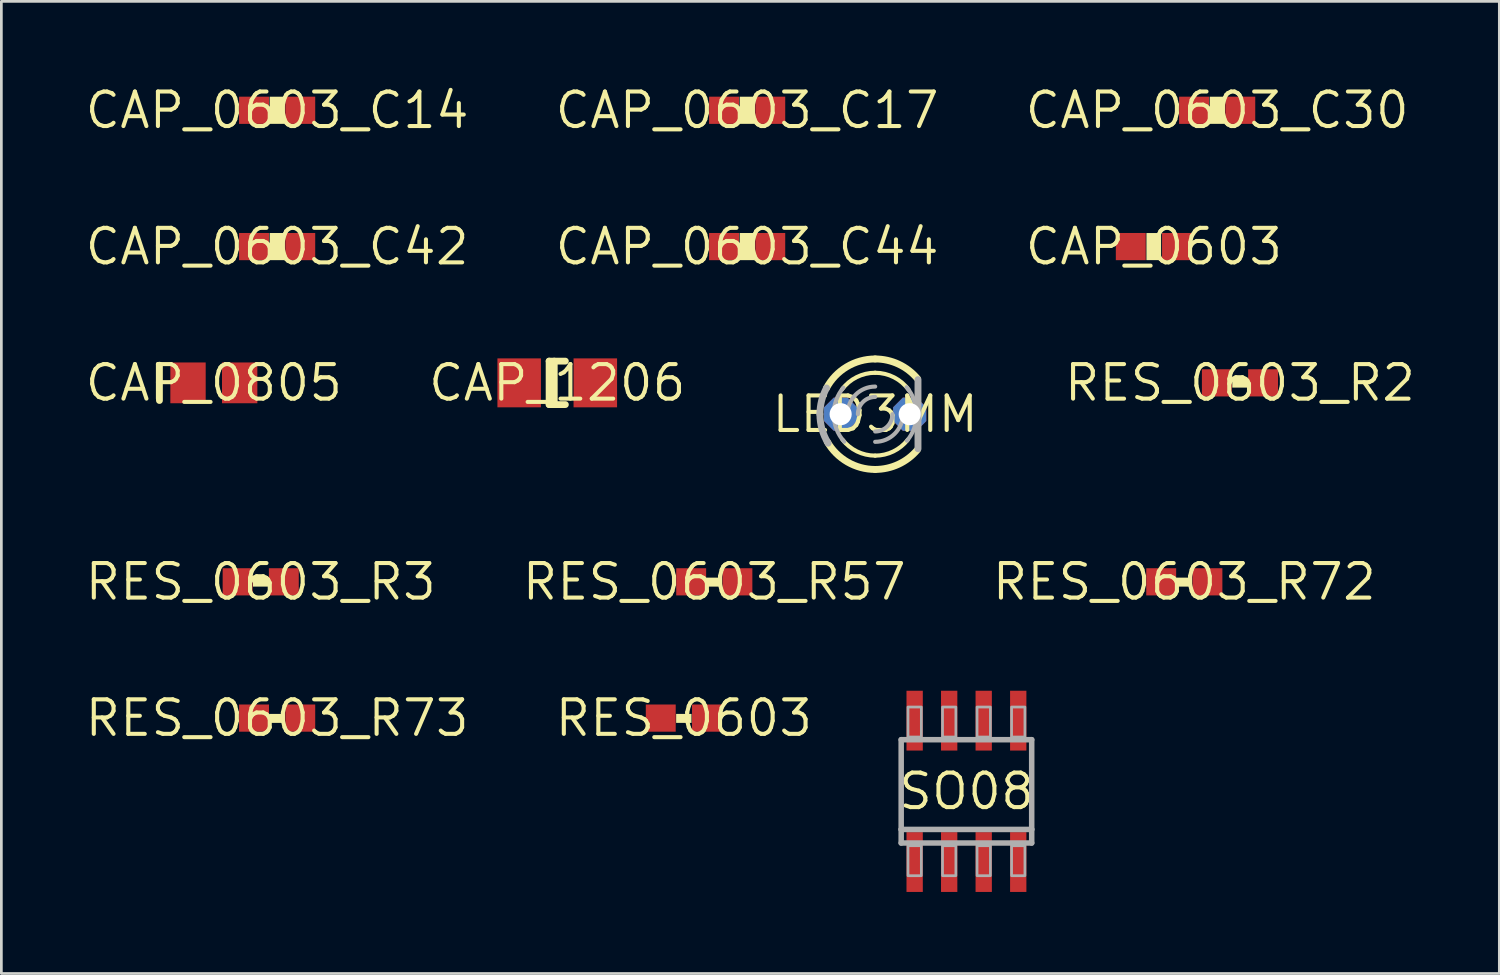
<source format=kicad_pcb>
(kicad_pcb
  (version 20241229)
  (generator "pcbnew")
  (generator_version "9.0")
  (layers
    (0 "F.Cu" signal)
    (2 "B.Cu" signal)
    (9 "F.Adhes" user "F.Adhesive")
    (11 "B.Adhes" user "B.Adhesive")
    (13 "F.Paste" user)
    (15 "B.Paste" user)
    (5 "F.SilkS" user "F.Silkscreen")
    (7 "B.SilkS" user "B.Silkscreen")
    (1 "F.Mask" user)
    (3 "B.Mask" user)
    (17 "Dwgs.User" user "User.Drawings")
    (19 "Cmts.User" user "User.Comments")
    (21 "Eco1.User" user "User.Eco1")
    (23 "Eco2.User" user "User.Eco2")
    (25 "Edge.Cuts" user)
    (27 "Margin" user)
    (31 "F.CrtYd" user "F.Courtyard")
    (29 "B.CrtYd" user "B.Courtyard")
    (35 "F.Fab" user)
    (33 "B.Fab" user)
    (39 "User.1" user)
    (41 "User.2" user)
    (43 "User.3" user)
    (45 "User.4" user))
  (footprint "RES_0603_R57"
    (layer "F.Cu")
    (at 23.221 18.349)
    (property "Reference" "RES_0603_R57" (at 0 0 0) (layer "F.SilkS") (effects (font (size 1.27 1.27) (thickness 0.15))))
    (fp_poly (pts (xy 0.281 0.176) (xy -0.284 0.176) (xy -0.284 -0.154) (xy 0.281 -0.154)) (stroke (width 0) (type default)) (fill yes) (layer "F.SilkS"))
    (pad "1" smd rect (at -0.85 0 270) (size 1 1.1) (layers "F.Cu" "F.Mask" "F.Paste"))
    (pad "2" smd rect (at 0.85 0 270) (size 1 1.1) (layers "F.Cu" "F.Mask" "F.Paste")))
  (footprint "RES_0603"
    (layer "F.Cu")
    (at 22.102 23.361)
    (property "Reference" "RES_0603" (at 0 0 0) (layer "F.SilkS") (effects (font (size 1.27 1.27) (thickness 0.15))))
    (fp_poly (pts (xy 0.281 0.176) (xy -0.284 0.176) (xy -0.284 -0.154) (xy 0.281 -0.154)) (stroke (width 0) (type default)) (fill yes) (layer "F.SilkS"))
    (pad "1" smd rect (at -0.85 0 270) (size 1 1.1) (layers "F.Cu" "F.Mask" "F.Paste"))
    (pad "2" smd rect (at 0.85 0 270) (size 1 1.1) (layers "F.Cu" "F.Mask" "F.Paste")))
  (footprint "CAP_1206"
    (layer "F.Cu")
    (at 17.445 11.031)
    (property "Reference" "CAP_1206" (at 0 0 0) (layer "F.SilkS") (effects (font (size 1.27 1.27) (thickness 0.15))))
    (fp_line (start -0.299 -0.799) (end 0.299 -0.799) (stroke (width 0.25) (type solid)) (layer "F.SilkS"))
    (fp_line (start -0.299 0.799) (end -0.299 -0.799) (stroke (width 0.25) (type solid)) (layer "F.SilkS"))
    (fp_line (start -0.299 0.799) (end 0.299 0.799) (stroke (width 0.25) (type solid)) (layer "F.SilkS"))
    (fp_line (start -0.11 0.799) (end -0.11 -0.799) (stroke (width 0.25) (type solid)) (layer "F.SilkS"))
    (pad "1" smd rect (at -1.4 0 90) (size 1.8 1.6) (layers "F.Cu" "F.Mask" "F.Paste"))
    (pad "2" smd rect (at 1.4 0 90) (size 1.8 1.6) (layers "F.Cu" "F.Mask" "F.Paste")))
  (footprint "RES_0603_R2"
    (layer "F.Cu")
    (at 42.555 11.031)
    (property "Reference" "RES_0603_R2" (at 0 0 0) (layer "F.SilkS") (effects (font (size 1.27 1.27) (thickness 0.15))))
    (fp_poly (pts (xy -0.283 -0.153) (xy 0.28 -0.153) (xy 0.28 0.175) (xy -0.283 0.175)) (stroke (width 0) (type default)) (fill yes) (layer "F.SilkS"))
    (pad "1" smd rect (at -0.85 0 90) (size 1 1.1) (layers "F.Cu" "F.Mask" "F.Paste"))
    (pad "2" smd rect (at 0.85 0 90) (size 1 1.1) (layers "F.Cu" "F.Mask" "F.Paste")))
  (footprint "RES_0603_R72"
    (layer "F.Cu")
    (at 40.508 18.349)
    (property "Reference" "RES_0603_R72" (at 0 0 0) (layer "F.SilkS") (effects (font (size 1.27 1.27) (thickness 0.15))))
    (fp_poly (pts (xy 0.281 0.176) (xy -0.284 0.176) (xy -0.284 -0.154) (xy 0.281 -0.154)) (stroke (width 0) (type default)) (fill yes) (layer "F.SilkS"))
    (pad "1" smd rect (at -0.85 0 270) (size 1 1.1) (layers "F.Cu" "F.Mask" "F.Paste"))
    (pad "2" smd rect (at 0.85 0 270) (size 1 1.1) (layers "F.Cu" "F.Mask" "F.Paste")))
  (footprint "CAP_0603_C42"
    (layer "F.Cu")
    (at 7.143 6.019)
    (property "Reference" "CAP_0603_C42" (at 0 0 0) (layer "F.SilkS") (effects (font (size 1.27 1.27) (thickness 0.15))))
    (fp_poly (pts (xy 0.266 0.499) (xy -0.275 0.499) (xy -0.275 -0.499) (xy 0.266 -0.499)) (stroke (width 0) (type default)) (fill yes) (layer "F.SilkS"))
    (pad "1" smd rect (at -0.85 0 270) (size 1 1.1) (layers "F.Cu" "F.Mask" "F.Paste"))
    (pad "2" smd rect (at 0.85 0 270) (size 1 1.1) (layers "F.Cu" "F.Mask" "F.Paste")))
  (footprint "CAP_0603_C30"
    (layer "F.Cu")
    (at 41.717 1.006)
    (property "Reference" "CAP_0603_C30" (at 0 0 0) (layer "F.SilkS") (effects (font (size 1.27 1.27) (thickness 0.15))))
    (fp_poly (pts (xy 0.266 0.499) (xy -0.275 0.499) (xy -0.275 -0.499) (xy 0.266 -0.499)) (stroke (width 0) (type default)) (fill yes) (layer "F.SilkS"))
    (pad "1" smd rect (at -0.85 0 270) (size 1 1.1) (layers "F.Cu" "F.Mask" "F.Paste"))
    (pad "2" smd rect (at 0.85 0 270) (size 1 1.1) (layers "F.Cu" "F.Mask" "F.Paste")))
  (footprint "LED3MM"
    (layer "F.Cu")
    (at 29.138 12.184)
    (property "Reference" "LED3MM" (at 0 0 0) (layer "F.SilkS") (effects (font (size 1.27 1.27) (thickness 0.15))))
    (fp_arc (start -1.793 -0.956) (mid -1.045417 -1.742149) (end 0 -2.032) (stroke (width 0.254) (type solid)) (layer "F.SilkS"))
    (fp_arc (start -1.219001 -0.914) (mid -0.681512 -1.362904) (end 0 -1.524) (stroke (width 0.152) (type solid)) (layer "F.SilkS"))
    (fp_arc (start 0 -2.032) (mid 0.861917 -1.84036) (end 1.561 -1.301) (stroke (width 0.254) (type solid)) (layer "F.SilkS"))
    (fp_arc (start 0 2.031999) (mid -1.019762 1.757317) (end -1.764 1.008) (stroke (width 0.254) (type solid)) (layer "F.SilkS"))
    (fp_arc (start 0.000001 -1.524) (mid 0.697212 -1.355066) (end 1.24 -0.886) (stroke (width 0.152) (type solid)) (layer "F.SilkS"))
    (fp_arc (start 0.000001 1.524) (mid -0.669538 1.369201) (end -1.203 0.936) (stroke (width 0.152) (type solid)) (layer "F.SilkS"))
    (fp_arc (start 1.203 0.935999) (mid 0.669538 1.3692) (end 0 1.524) (stroke (width 0.152) (type solid)) (layer "F.SilkS"))
    (fp_arc (start 1.551 1.313) (mid 0.854732 1.843417) (end 0 2.032) (stroke (width 0.254) (type solid)) (layer "F.SilkS"))
    (fp_line (start 1.575 1.27) (end 1.575 -1.27) (stroke (width 0.254) (type solid)) (layer "F.Fab"))
    (fp_arc (start -2.032 0) (mid -1.970077 -0.497018) (end -1.789 -0.964) (stroke (width 0.254) (type solid)) (layer "F.Fab"))
    (fp_arc (start -1.731 1.065) (mid -1.955202 0.55333) (end -2.032 0) (stroke (width 0.254) (type solid)) (layer "F.Fab"))
    (fp_arc (start -1.524001 0) (mid -1.43306 -0.518945) (end -1.171 -0.976) (stroke (width 0.152) (type solid)) (layer "F.Fab"))
    (fp_arc (start -1.139 1.012) (mid -1.424553 0.541401) (end -1.524 0) (stroke (width 0.152) (type solid)) (layer "F.Fab"))
    (fp_arc (start -1.016 -0.000001) (mid -0.718414 -0.718414) (end 0 -1.016) (stroke (width 0.152) (type solid)) (layer "F.Fab"))
    (fp_arc (start -0.635 -0.000001) (mid -0.448854 -0.448855) (end 0 -0.635) (stroke (width 0.152) (type solid)) (layer "F.Fab"))
    (fp_arc (start 0.635 -0.000001) (mid 0.449211 0.44921) (end 0 0.635) (stroke (width 0.152) (type solid)) (layer "F.Fab"))
    (fp_arc (start 1.016 -0.000002) (mid 0.71844 0.718438) (end 0 1.016) (stroke (width 0.152) (type solid)) (layer "F.Fab"))
    (fp_arc (start 1.157001 -0.992) (mid 1.429226 -0.528825) (end 1.524 0) (stroke (width 0.152) (type solid)) (layer "F.Fab"))
    (fp_arc (start 1.524 0) (mid 1.43297 0.518913) (end 1.171 0.976) (stroke (width 0.152) (type solid)) (layer "F.Fab"))
    (pad "A" thru_hole roundrect (at -1.27 0 3.475256426e-15) (size 1.22 1.22) (drill 0.813) (layers "*.Cu" "*.Mask") (roundrect_rratio 0.25) (chamfer_ratio 0.293) (chamfer top_left top_right bottom_left bottom_right))
    (pad "K" thru_hole roundrect (at 1.27 0 3.475256426e-15) (size 1.22 1.22) (drill 0.813) (layers "*.Cu" "*.Mask") (roundrect_rratio 0.25) (chamfer_ratio 0.293) (chamfer top_left top_right bottom_left bottom_right)))
  (footprint "CAP_0603_C17"
    (layer "F.Cu")
    (at 24.43 1.006)
    (property "Reference" "CAP_0603_C17" (at 0 0 0) (layer "F.SilkS") (effects (font (size 1.27 1.27) (thickness 0.15))))
    (fp_poly (pts (xy 0.266 0.499) (xy -0.275 0.499) (xy -0.275 -0.499) (xy 0.266 -0.499)) (stroke (width 0) (type default)) (fill yes) (layer "F.SilkS"))
    (pad "1" smd rect (at -0.85 0 270) (size 1 1.1) (layers "F.Cu" "F.Mask" "F.Paste"))
    (pad "2" smd rect (at 0.85 0 270) (size 1 1.1) (layers "F.Cu" "F.Mask" "F.Paste")))
  (footprint "CAP_0603_C44"
    (layer "F.Cu")
    (at 24.43 6.019)
    (property "Reference" "CAP_0603_C44" (at 0 0 0) (layer "F.SilkS") (effects (font (size 1.27 1.27) (thickness 0.15))))
    (fp_poly (pts (xy 0.266 0.499) (xy -0.275 0.499) (xy -0.275 -0.499) (xy 0.266 -0.499)) (stroke (width 0) (type default)) (fill yes) (layer "F.SilkS"))
    (pad "1" smd rect (at -0.85 0 270) (size 1 1.1) (layers "F.Cu" "F.Mask" "F.Paste"))
    (pad "2" smd rect (at 0.85 0 270) (size 1 1.1) (layers "F.Cu" "F.Mask" "F.Paste")))
  (footprint "CAP_0603"
    (layer "F.Cu")
    (at 39.389 6.019)
    (property "Reference" "CAP_0603" (at 0 0 0) (layer "F.SilkS") (effects (font (size 1.27 1.27) (thickness 0.15))))
    (fp_poly (pts (xy -0.274 -0.498) (xy 0.265 -0.498) (xy 0.265 0.498) (xy -0.274 0.498)) (stroke (width 0) (type default)) (fill yes) (layer "F.SilkS"))
    (pad "1" smd rect (at -0.85 0 90) (size 1 1.1) (layers "F.Cu" "F.Mask" "F.Paste"))
    (pad "2" smd rect (at 0.85 0 90) (size 1 1.1) (layers "F.Cu" "F.Mask" "F.Paste")))
  (footprint "CAP_0805"
    (layer "F.Cu")
    (at 4.815 11.031)
    (property "Reference" "CAP_0805" (at 0 0 0) (layer "F.SilkS") (effects (font (size 1.27 1.27) (thickness 0.15))))
    (fp_line (start -2.001 0.65) (end -2.001 -0.65) (stroke (width 0.25) (type solid)) (layer "F.SilkS"))
    (pad "1" smd rect (at -0.95 0 90) (size 1.5 1.3) (layers "F.Cu" "F.Mask" "F.Paste"))
    (pad "2" smd rect (at 0.95 0 90) (size 1.5 1.3) (layers "F.Cu" "F.Mask" "F.Paste")))
  (footprint "SO08"
    (layer "F.Cu")
    (at 32.495 26.055)
    (property "Reference" "SO08" (at 0 0 0) (layer "F.SilkS") (effects (font (size 1.27 1.27) (thickness 0.15))))
    (fp_line (start -2.4 -1.9) (end 2.4 -1.9) (stroke (width 0.203) (type solid)) (layer "F.Fab"))
    (fp_line (start -2.4 1.4) (end -2.4 -1.9) (stroke (width 0.203) (type solid)) (layer "F.Fab"))
    (fp_line (start -2.4 1.9) (end -2.4 1.4) (stroke (width 0.203) (type solid)) (layer "F.Fab"))
    (fp_line (start 2.4 -1.9) (end 2.4 1.4) (stroke (width 0.203) (type solid)) (layer "F.Fab"))
    (fp_line (start 2.4 1.4) (end -2.4 1.4) (stroke (width 0.203) (type solid)) (layer "F.Fab"))
    (fp_line (start 2.4 1.4) (end 2.4 1.9) (stroke (width 0.203) (type solid)) (layer "F.Fab"))
    (fp_line (start 2.4 1.9) (end -2.4 1.9) (stroke (width 0.203) (type solid)) (layer "F.Fab"))
    (fp_poly (pts (xy -1.659 -1.998) (xy -2.15 -1.998) (xy -2.15 -3.101) (xy -1.659 -3.101)) (stroke (width 0.1) (type default)) (fill no) (layer "F.Fab"))
    (fp_poly (pts (xy -1.659 3.102) (xy -2.15 3.102) (xy -2.15 1.999) (xy -1.659 1.999)) (stroke (width 0.1) (type default)) (fill no) (layer "F.Fab"))
    (fp_poly (pts (xy -0.389 -1.998) (xy -0.88 -1.998) (xy -0.88 -3.101) (xy -0.389 -3.101)) (stroke (width 0.1) (type default)) (fill no) (layer "F.Fab"))
    (fp_poly (pts (xy -0.389 3.102) (xy -0.88 3.102) (xy -0.88 1.999) (xy -0.389 1.999)) (stroke (width 0.1) (type default)) (fill no) (layer "F.Fab"))
    (fp_poly (pts (xy 0.881 -1.998) (xy 0.39 -1.998) (xy 0.39 -3.101) (xy 0.881 -3.101)) (stroke (width 0.1) (type default)) (fill no) (layer "F.Fab"))
    (fp_poly (pts (xy 0.881 3.102) (xy 0.39 3.102) (xy 0.39 1.999) (xy 0.881 1.999)) (stroke (width 0.1) (type default)) (fill no) (layer "F.Fab"))
    (fp_poly (pts (xy 2.151 -1.998) (xy 1.66 -1.998) (xy 1.66 -3.101) (xy 2.151 -3.101)) (stroke (width 0.1) (type default)) (fill no) (layer "F.Fab"))
    (fp_poly (pts (xy 2.151 3.102) (xy 1.66 3.102) (xy 1.66 1.999) (xy 2.151 1.999)) (stroke (width 0.1) (type default)) (fill no) (layer "F.Fab"))
    (pad "1" smd rect (at -1.905 2.6 2.827159717e-14) (size 0.6 2.2) (layers "F.Cu" "F.Mask" "F.Paste"))
    (pad "2" smd rect (at -0.635 2.6 2.827159717e-14) (size 0.6 2.2) (layers "F.Cu" "F.Mask" "F.Paste"))
    (pad "3" smd rect (at 0.635 2.6 2.827159717e-14) (size 0.6 2.2) (layers "F.Cu" "F.Mask" "F.Paste"))
    (pad "4" smd rect (at 1.905 2.6 2.827159717e-14) (size 0.6 2.2) (layers "F.Cu" "F.Mask" "F.Paste"))
    (pad "5" smd rect (at 1.905 -2.6 2.827159717e-14) (size 0.6 2.2) (layers "F.Cu" "F.Mask" "F.Paste"))
    (pad "6" smd rect (at 0.635 -2.6 2.827159717e-14) (size 0.6 2.2) (layers "F.Cu" "F.Mask" "F.Paste"))
    (pad "7" smd rect (at -0.635 -2.6 2.827159717e-14) (size 0.6 2.2) (layers "F.Cu" "F.Mask" "F.Paste"))
    (pad "8" smd rect (at -1.905 -2.6 2.827159717e-14) (size 0.6 2.2) (layers "F.Cu" "F.Mask" "F.Paste")))
  (footprint "CAP_0603_C14"
    (layer "F.Cu")
    (at 7.143 1.006)
    (property "Reference" "CAP_0603_C14" (at 0 0 0) (layer "F.SilkS") (effects (font (size 1.27 1.27) (thickness 0.15))))
    (fp_poly (pts (xy 0.266 0.499) (xy -0.275 0.499) (xy -0.275 -0.499) (xy 0.266 -0.499)) (stroke (width 0) (type default)) (fill yes) (layer "F.SilkS"))
    (pad "1" smd rect (at -0.85 0 90) (size 1 1.1) (layers "F.Cu" "F.Mask" "F.Paste"))
    (pad "2" smd rect (at 0.85 0 90) (size 1 1.1) (layers "F.Cu" "F.Mask" "F.Paste")))
  (footprint "RES_0603_R73"
    (layer "F.Cu")
    (at 7.143 23.361)
    (property "Reference" "RES_0603_R73" (at 0 0 0) (layer "F.SilkS") (effects (font (size 1.27 1.27) (thickness 0.15))))
    (fp_poly (pts (xy 0.281 0.176) (xy -0.284 0.176) (xy -0.284 -0.154) (xy 0.281 -0.154)) (stroke (width 0) (type default)) (fill yes) (layer "F.SilkS"))
    (pad "1" smd rect (at -0.85 0 270) (size 1 1.1) (layers "F.Cu" "F.Mask" "F.Paste"))
    (pad "2" smd rect (at 0.85 0 270) (size 1 1.1) (layers "F.Cu" "F.Mask" "F.Paste")))
  (footprint "RES_0603_R3"
    (layer "F.Cu")
    (at 6.539 18.349)
    (property "Reference" "RES_0603_R3" (at 0 0 0) (layer "F.SilkS") (effects (font (size 1.27 1.27) (thickness 0.15))))
    (fp_poly (pts (xy 0.281 0.176) (xy -0.284 0.176) (xy -0.284 -0.154) (xy 0.281 -0.154)) (stroke (width 0) (type default)) (fill yes) (layer "F.SilkS"))
    (pad "1" smd rect (at -0.85 0 90) (size 1 1.1) (layers "F.Cu" "F.Mask" "F.Paste"))
    (pad "2" smd rect (at 0.85 0 90) (size 1 1.1) (layers "F.Cu" "F.Mask" "F.Paste")))
  (gr_rect
    (start -3 -3)
    (end 52.094 32.755)
    (stroke (width 0.1) (type default))
    (fill no)
    (layer "Edge.Cuts")))
</source>
